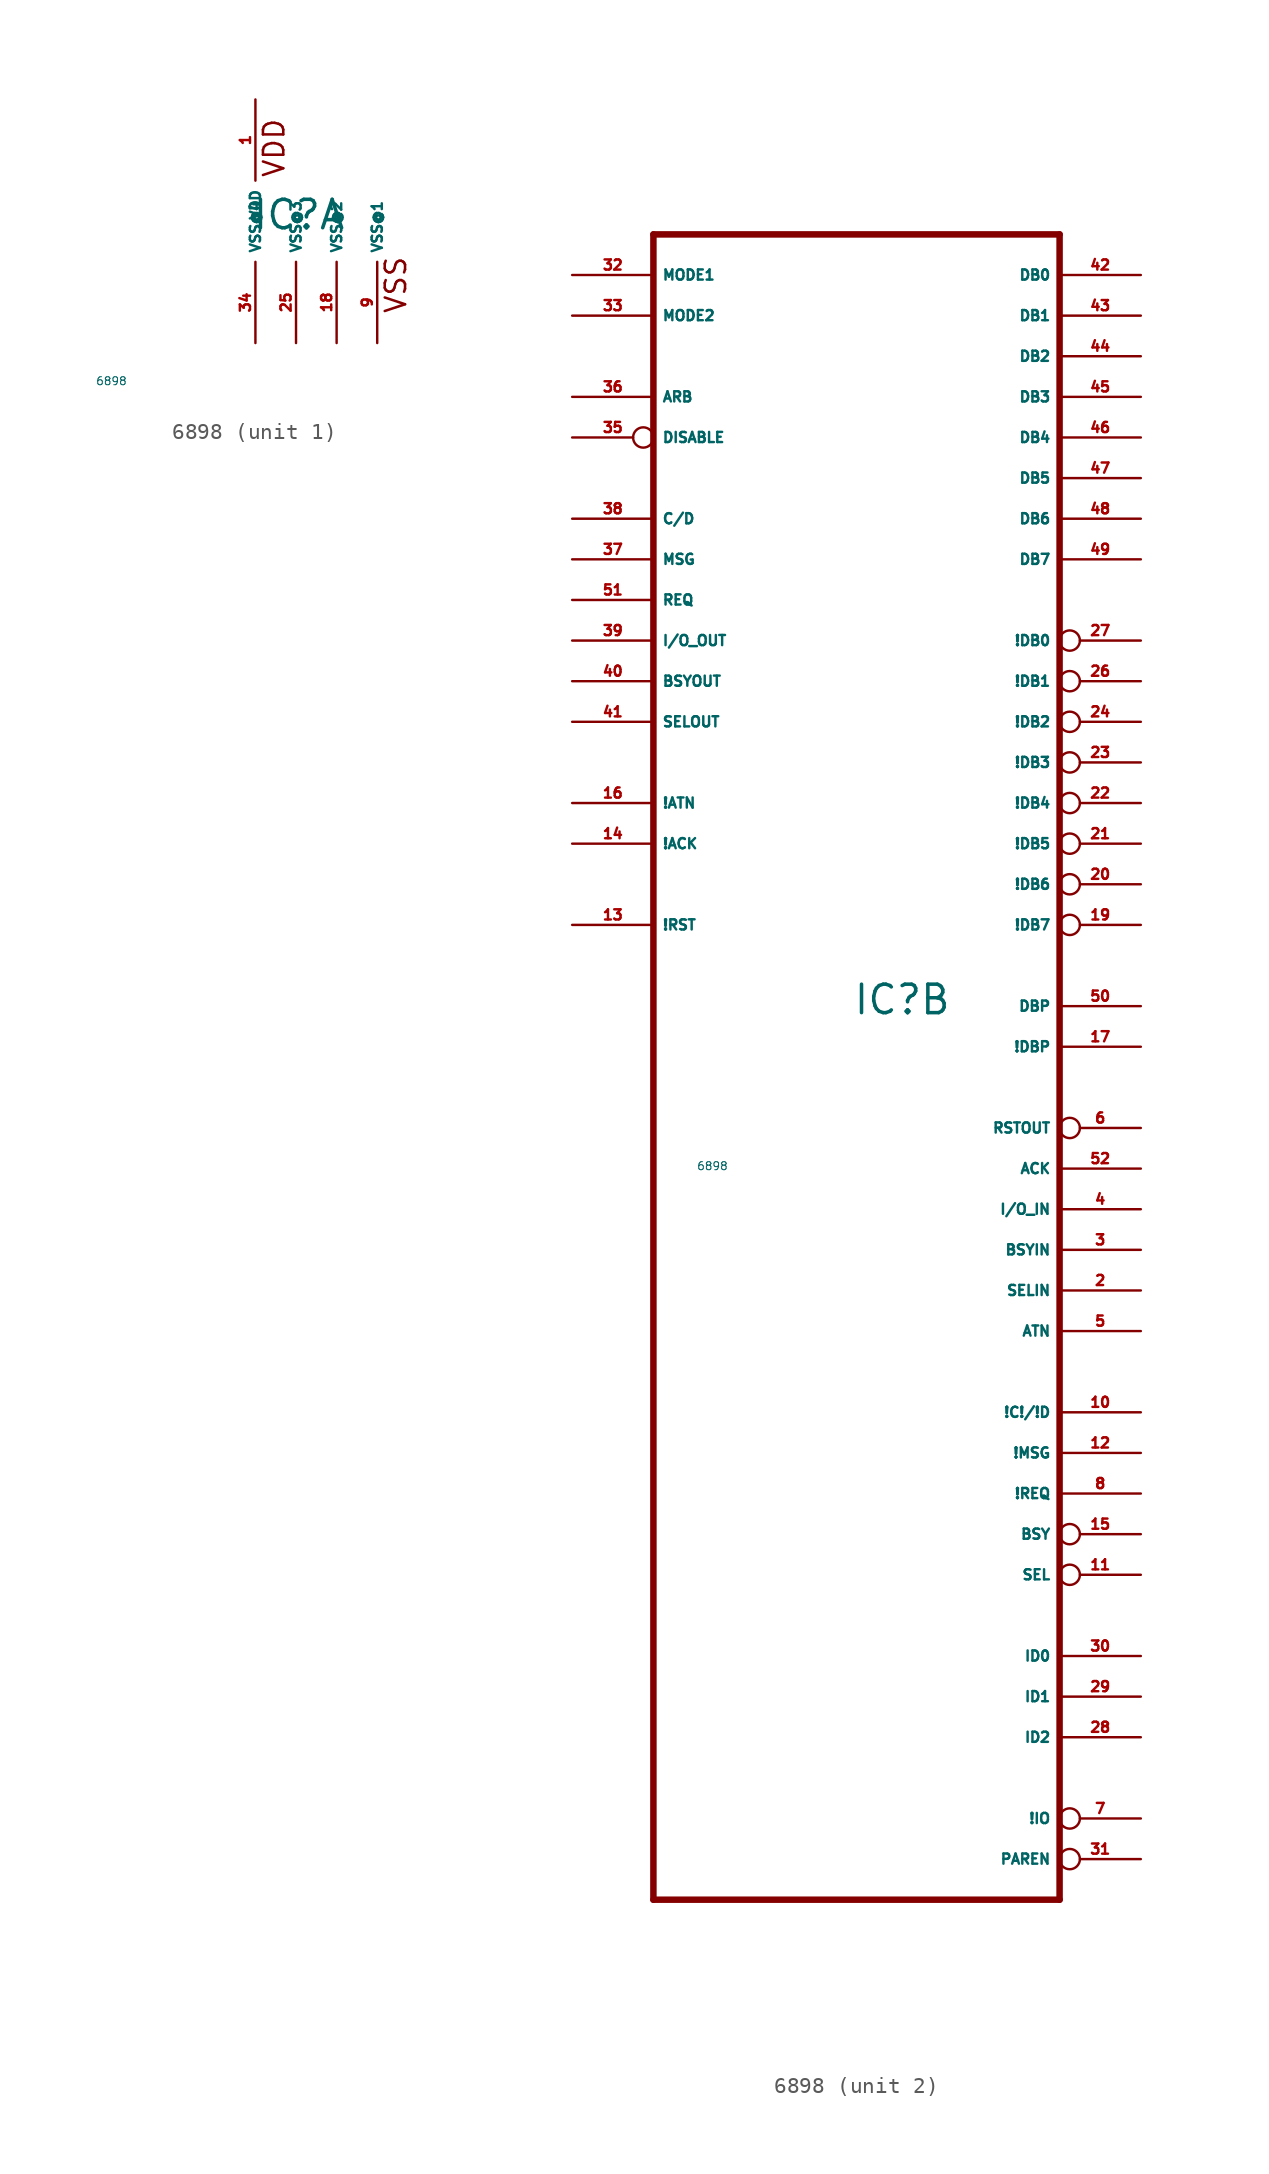
<source format=kicad_sym>
(kicad_symbol_lib
  (version 20220914)
  (generator Eagle2Kicad)
  (symbol "6898"
    (property "Reference" "IC"
      (at -0.254 -0.635 0)
      (effects (font (size 1.778 1.778) (thickness 0.22)) (justify left bottom)))
    (property "Value" "6898"
      (at -10 -10 0)
      (effects (font (size 0.5 0.5) (thickness 0.06)) (justify left)))
    (symbol "6898_1_0"
      (text "VDD" (at 1.905 2.667 900) (effects (font (size 1.27 1.27) (thickness 0.16)) (justify left bottom)))
      (text "VSS" (at 9.525 -5.842 900) (effects (font (size 1.27 1.27) (thickness 0.16)) (justify left bottom)))
      (pin unspecified line (at 0 7.62 270) (length 5.08) (name "VDD" (effects (font (size 0.635 0.635) (thickness 0.08)) (justify left bottom))) (number "1" (effects (font (size 0.635 0.635) (thickness 0.08)) (justify left bottom))))
      (pin unspecified line (at 7.62 -7.62 90) (length 5.08) (name "VSS@1" (effects (font (size 0.635 0.635) (thickness 0.08)) (justify left bottom))) (number "9" (effects (font (size 0.635 0.635) (thickness 0.08)) (justify left bottom))))
      (pin unspecified line (at 5.08 -7.62 90) (length 5.08) (name "VSS@2" (effects (font (size 0.635 0.635) (thickness 0.08)) (justify left bottom))) (number "18" (effects (font (size 0.635 0.635) (thickness 0.08)) (justify left bottom))))
      (pin unspecified line (at 2.54 -7.62 90) (length 5.08) (name "VSS@3" (effects (font (size 0.635 0.635) (thickness 0.08)) (justify left bottom))) (number "25" (effects (font (size 0.635 0.635) (thickness 0.08)) (justify left bottom))))
      (pin unspecified line (at 0 -7.62 90) (length 5.08) (name "VSS@4" (effects (font (size 0.635 0.635) (thickness 0.08)) (justify left bottom))) (number "34" (effects (font (size 0.635 0.635) (thickness 0.08)) (justify left bottom)))))
    (symbol "6898_2_0"
      (polyline (pts (xy -12.7 -55.88) (xy 12.7 -55.88)) (stroke (width 0.406) (type default)) (fill (type none)))
      (polyline (pts (xy 12.7 -55.88) (xy 12.7 48.26)) (stroke (width 0.406) (type default)) (fill (type none)))
      (polyline (pts (xy 12.7 48.26) (xy -12.7 48.26)) (stroke (width 0.406) (type default)) (fill (type none)))
      (polyline (pts (xy -12.7 48.26) (xy -12.7 -55.88)) (stroke (width 0.406) (type default)) (fill (type none)))
      (pin output line (at 17.78 -17.78 180) (length 5.08) (name "SELIN" (effects (font (size 0.635 0.635) (thickness 0.08)) (justify left bottom))) (number "2" (effects (font (size 0.635 0.635) (thickness 0.08)) (justify left bottom))))
      (pin output line (at 17.78 -15.24 180) (length 5.08) (name "BSYIN" (effects (font (size 0.635 0.635) (thickness 0.08)) (justify left bottom))) (number "3" (effects (font (size 0.635 0.635) (thickness 0.08)) (justify left bottom))))
      (pin output line (at 17.78 -12.7 180) (length 5.08) (name "I/O_IN" (effects (font (size 0.635 0.635) (thickness 0.08)) (justify left bottom))) (number "4" (effects (font (size 0.635 0.635) (thickness 0.08)) (justify left bottom))))
      (pin output line (at 17.78 -20.32 180) (length 5.08) (name "ATN" (effects (font (size 0.635 0.635) (thickness 0.08)) (justify left bottom))) (number "5" (effects (font (size 0.635 0.635) (thickness 0.08)) (justify left bottom))))
      (pin output inverted (at 17.78 -7.62 180) (length 5.08) (name "RSTOUT" (effects (font (size 0.635 0.635) (thickness 0.08)) (justify left bottom))) (number "6" (effects (font (size 0.635 0.635) (thickness 0.08)) (justify left bottom))))
      (pin bidirectional inverted (at 17.78 -50.8 180) (length 5.08) (name "!IO" (effects (font (size 0.635 0.635) (thickness 0.08)) (justify left bottom))) (number "7" (effects (font (size 0.635 0.635) (thickness 0.08)) (justify left bottom))))
      (pin output line (at 17.78 -30.48 180) (length 5.08) (name "!REQ" (effects (font (size 0.635 0.635) (thickness 0.08)) (justify left bottom))) (number "8" (effects (font (size 0.635 0.635) (thickness 0.08)) (justify left bottom))))
      (pin output line (at 17.78 -25.4 180) (length 5.08) (name "!C!/!D" (effects (font (size 0.635 0.635) (thickness 0.08)) (justify left bottom))) (number "10" (effects (font (size 0.635 0.635) (thickness 0.08)) (justify left bottom))))
      (pin bidirectional inverted (at 17.78 -35.56 180) (length 5.08) (name "SEL" (effects (font (size 0.635 0.635) (thickness 0.08)) (justify left bottom))) (number "11" (effects (font (size 0.635 0.635) (thickness 0.08)) (justify left bottom))))
      (pin output line (at 17.78 -27.94 180) (length 5.08) (name "!MSG" (effects (font (size 0.635 0.635) (thickness 0.08)) (justify left bottom))) (number "12" (effects (font (size 0.635 0.635) (thickness 0.08)) (justify left bottom))))
      (pin input line (at -17.78 5.08 0) (length 5.08) (name "!RST" (effects (font (size 0.635 0.635) (thickness 0.08)) (justify left bottom))) (number "13" (effects (font (size 0.635 0.635) (thickness 0.08)) (justify left bottom))))
      (pin input line (at -17.78 10.16 0) (length 5.08) (name "!ACK" (effects (font (size 0.635 0.635) (thickness 0.08)) (justify left bottom))) (number "14" (effects (font (size 0.635 0.635) (thickness 0.08)) (justify left bottom))))
      (pin bidirectional inverted (at 17.78 -33.02 180) (length 5.08) (name "BSY" (effects (font (size 0.635 0.635) (thickness 0.08)) (justify left bottom))) (number "15" (effects (font (size 0.635 0.635) (thickness 0.08)) (justify left bottom))))
      (pin input line (at -17.78 12.7 0) (length 5.08) (name "!ATN" (effects (font (size 0.635 0.635) (thickness 0.08)) (justify left bottom))) (number "16" (effects (font (size 0.635 0.635) (thickness 0.08)) (justify left bottom))))
      (pin bidirectional line (at 17.78 -2.54 180) (length 5.08) (name "!DBP" (effects (font (size 0.635 0.635) (thickness 0.08)) (justify left bottom))) (number "17" (effects (font (size 0.635 0.635) (thickness 0.08)) (justify left bottom))))
      (pin bidirectional inverted (at 17.78 5.08 180) (length 5.08) (name "!DB7" (effects (font (size 0.635 0.635) (thickness 0.08)) (justify left bottom))) (number "19" (effects (font (size 0.635 0.635) (thickness 0.08)) (justify left bottom))))
      (pin bidirectional inverted (at 17.78 7.62 180) (length 5.08) (name "!DB6" (effects (font (size 0.635 0.635) (thickness 0.08)) (justify left bottom))) (number "20" (effects (font (size 0.635 0.635) (thickness 0.08)) (justify left bottom))))
      (pin bidirectional inverted (at 17.78 10.16 180) (length 5.08) (name "!DB5" (effects (font (size 0.635 0.635) (thickness 0.08)) (justify left bottom))) (number "21" (effects (font (size 0.635 0.635) (thickness 0.08)) (justify left bottom))))
      (pin bidirectional inverted (at 17.78 12.7 180) (length 5.08) (name "!DB4" (effects (font (size 0.635 0.635) (thickness 0.08)) (justify left bottom))) (number "22" (effects (font (size 0.635 0.635) (thickness 0.08)) (justify left bottom))))
      (pin bidirectional inverted (at 17.78 15.24 180) (length 5.08) (name "!DB3" (effects (font (size 0.635 0.635) (thickness 0.08)) (justify left bottom))) (number "23" (effects (font (size 0.635 0.635) (thickness 0.08)) (justify left bottom))))
      (pin bidirectional inverted (at 17.78 17.78 180) (length 5.08) (name "!DB2" (effects (font (size 0.635 0.635) (thickness 0.08)) (justify left bottom))) (number "24" (effects (font (size 0.635 0.635) (thickness 0.08)) (justify left bottom))))
      (pin bidirectional inverted (at 17.78 20.32 180) (length 5.08) (name "!DB1" (effects (font (size 0.635 0.635) (thickness 0.08)) (justify left bottom))) (number "26" (effects (font (size 0.635 0.635) (thickness 0.08)) (justify left bottom))))
      (pin bidirectional inverted (at 17.78 22.86 180) (length 5.08) (name "!DB0" (effects (font (size 0.635 0.635) (thickness 0.08)) (justify left bottom))) (number "27" (effects (font (size 0.635 0.635) (thickness 0.08)) (justify left bottom))))
      (pin bidirectional line (at 17.78 -45.72 180) (length 5.08) (name "ID2" (effects (font (size 0.635 0.635) (thickness 0.08)) (justify left bottom))) (number "28" (effects (font (size 0.635 0.635) (thickness 0.08)) (justify left bottom))))
      (pin bidirectional line (at 17.78 -43.18 180) (length 5.08) (name "ID1" (effects (font (size 0.635 0.635) (thickness 0.08)) (justify left bottom))) (number "29" (effects (font (size 0.635 0.635) (thickness 0.08)) (justify left bottom))))
      (pin bidirectional line (at 17.78 -40.64 180) (length 5.08) (name "ID0" (effects (font (size 0.635 0.635) (thickness 0.08)) (justify left bottom))) (number "30" (effects (font (size 0.635 0.635) (thickness 0.08)) (justify left bottom))))
      (pin bidirectional inverted (at 17.78 -53.34 180) (length 5.08) (name "PAREN" (effects (font (size 0.635 0.635) (thickness 0.08)) (justify left bottom))) (number "31" (effects (font (size 0.635 0.635) (thickness 0.08)) (justify left bottom))))
      (pin input line (at -17.78 45.72 0) (length 5.08) (name "MODE1" (effects (font (size 0.635 0.635) (thickness 0.08)) (justify left bottom))) (number "32" (effects (font (size 0.635 0.635) (thickness 0.08)) (justify left bottom))))
      (pin input line (at -17.78 43.18 0) (length 5.08) (name "MODE2" (effects (font (size 0.635 0.635) (thickness 0.08)) (justify left bottom))) (number "33" (effects (font (size 0.635 0.635) (thickness 0.08)) (justify left bottom))))
      (pin input inverted (at -17.78 35.56 0) (length 5.08) (name "DISABLE" (effects (font (size 0.635 0.635) (thickness 0.08)) (justify left bottom))) (number "35" (effects (font (size 0.635 0.635) (thickness 0.08)) (justify left bottom))))
      (pin input line (at -17.78 38.1 0) (length 5.08) (name "ARB" (effects (font (size 0.635 0.635) (thickness 0.08)) (justify left bottom))) (number "36" (effects (font (size 0.635 0.635) (thickness 0.08)) (justify left bottom))))
      (pin input line (at -17.78 27.94 0) (length 5.08) (name "MSG" (effects (font (size 0.635 0.635) (thickness 0.08)) (justify left bottom))) (number "37" (effects (font (size 0.635 0.635) (thickness 0.08)) (justify left bottom))))
      (pin input line (at -17.78 30.48 0) (length 5.08) (name "C/D" (effects (font (size 0.635 0.635) (thickness 0.08)) (justify left bottom))) (number "38" (effects (font (size 0.635 0.635) (thickness 0.08)) (justify left bottom))))
      (pin input line (at -17.78 22.86 0) (length 5.08) (name "I/O_OUT" (effects (font (size 0.635 0.635) (thickness 0.08)) (justify left bottom))) (number "39" (effects (font (size 0.635 0.635) (thickness 0.08)) (justify left bottom))))
      (pin input line (at -17.78 20.32 0) (length 5.08) (name "BSYOUT" (effects (font (size 0.635 0.635) (thickness 0.08)) (justify left bottom))) (number "40" (effects (font (size 0.635 0.635) (thickness 0.08)) (justify left bottom))))
      (pin input line (at -17.78 17.78 0) (length 5.08) (name "SELOUT" (effects (font (size 0.635 0.635) (thickness 0.08)) (justify left bottom))) (number "41" (effects (font (size 0.635 0.635) (thickness 0.08)) (justify left bottom))))
      (pin bidirectional line (at 17.78 45.72 180) (length 5.08) (name "DB0" (effects (font (size 0.635 0.635) (thickness 0.08)) (justify left bottom))) (number "42" (effects (font (size 0.635 0.635) (thickness 0.08)) (justify left bottom))))
      (pin bidirectional line (at 17.78 43.18 180) (length 5.08) (name "DB1" (effects (font (size 0.635 0.635) (thickness 0.08)) (justify left bottom))) (number "43" (effects (font (size 0.635 0.635) (thickness 0.08)) (justify left bottom))))
      (pin bidirectional line (at 17.78 40.64 180) (length 5.08) (name "DB2" (effects (font (size 0.635 0.635) (thickness 0.08)) (justify left bottom))) (number "44" (effects (font (size 0.635 0.635) (thickness 0.08)) (justify left bottom))))
      (pin bidirectional line (at 17.78 38.1 180) (length 5.08) (name "DB3" (effects (font (size 0.635 0.635) (thickness 0.08)) (justify left bottom))) (number "45" (effects (font (size 0.635 0.635) (thickness 0.08)) (justify left bottom))))
      (pin bidirectional line (at 17.78 35.56 180) (length 5.08) (name "DB4" (effects (font (size 0.635 0.635) (thickness 0.08)) (justify left bottom))) (number "46" (effects (font (size 0.635 0.635) (thickness 0.08)) (justify left bottom))))
      (pin bidirectional line (at 17.78 33.02 180) (length 5.08) (name "DB5" (effects (font (size 0.635 0.635) (thickness 0.08)) (justify left bottom))) (number "47" (effects (font (size 0.635 0.635) (thickness 0.08)) (justify left bottom))))
      (pin bidirectional line (at 17.78 30.48 180) (length 5.08) (name "DB6" (effects (font (size 0.635 0.635) (thickness 0.08)) (justify left bottom))) (number "48" (effects (font (size 0.635 0.635) (thickness 0.08)) (justify left bottom))))
      (pin bidirectional line (at 17.78 27.94 180) (length 5.08) (name "DB7" (effects (font (size 0.635 0.635) (thickness 0.08)) (justify left bottom))) (number "49" (effects (font (size 0.635 0.635) (thickness 0.08)) (justify left bottom))))
      (pin bidirectional line (at 17.78 0 180) (length 5.08) (name "DBP" (effects (font (size 0.635 0.635) (thickness 0.08)) (justify left bottom))) (number "50" (effects (font (size 0.635 0.635) (thickness 0.08)) (justify left bottom))))
      (pin input line (at -17.78 25.4 0) (length 5.08) (name "REQ" (effects (font (size 0.635 0.635) (thickness 0.08)) (justify left bottom))) (number "51" (effects (font (size 0.635 0.635) (thickness 0.08)) (justify left bottom))))
      (pin output line (at 17.78 -10.16 180) (length 5.08) (name "ACK" (effects (font (size 0.635 0.635) (thickness 0.08)) (justify left bottom))) (number "52" (effects (font (size 0.635 0.635) (thickness 0.08)) (justify left bottom)))))))
</source>
